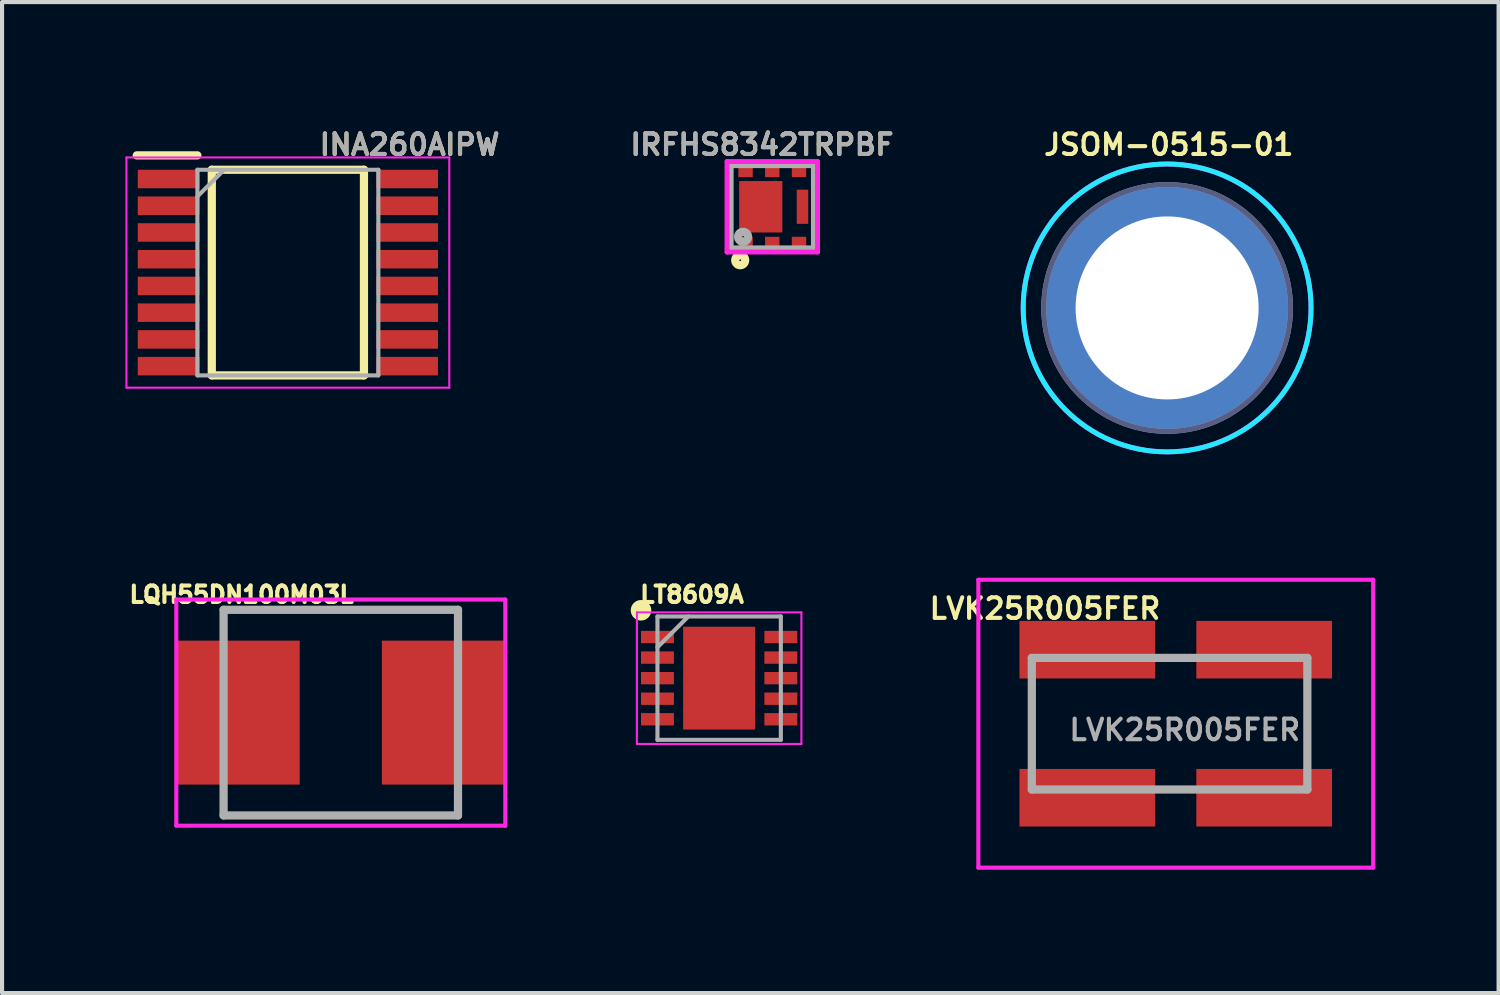
<source format=kicad_pcb>
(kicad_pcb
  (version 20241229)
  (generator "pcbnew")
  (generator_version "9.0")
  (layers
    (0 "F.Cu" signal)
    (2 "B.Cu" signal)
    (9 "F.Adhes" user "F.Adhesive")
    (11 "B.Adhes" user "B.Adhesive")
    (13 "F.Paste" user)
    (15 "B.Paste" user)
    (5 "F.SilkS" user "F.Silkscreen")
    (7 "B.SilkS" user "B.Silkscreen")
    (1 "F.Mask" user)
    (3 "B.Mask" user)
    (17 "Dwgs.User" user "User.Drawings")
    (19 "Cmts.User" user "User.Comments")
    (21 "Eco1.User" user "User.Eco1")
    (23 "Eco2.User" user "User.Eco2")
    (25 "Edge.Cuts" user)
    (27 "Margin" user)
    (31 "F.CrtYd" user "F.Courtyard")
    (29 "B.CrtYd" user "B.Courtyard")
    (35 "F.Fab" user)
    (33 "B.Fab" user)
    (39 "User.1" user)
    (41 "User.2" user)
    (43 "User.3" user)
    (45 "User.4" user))
  (footprint "LQH55DN100M03L"
    (layer "F.Cu")
    (at 5.237 14.278)
    (property "Reference" "LQH55DN100M03L" (at -2.413 -2.87 0) (layer "F.SilkS") (effects (font (size 0.4 0.4) (thickness 0.1))))
    (attr smd)
    (fp_line (start -2.85 -2.5) (end 2.85 -2.5) (stroke (width 0.1) (type solid)) (layer "F.SilkS"))
    (fp_line (start -2.85 2.5) (end 2.85 2.5) (stroke (width 0.1) (type solid)) (layer "F.SilkS"))
    (fp_line (start -4 -2.75) (end 4 -2.75) (stroke (width 0.1) (type solid)) (layer "F.CrtYd"))
    (fp_line (start -4 2.75) (end -4 -2.75) (stroke (width 0.1) (type solid)) (layer "F.CrtYd"))
    (fp_line (start 4 -2.75) (end 4 2.75) (stroke (width 0.1) (type solid)) (layer "F.CrtYd"))
    (fp_line (start 4 2.75) (end -4 2.75) (stroke (width 0.1) (type solid)) (layer "F.CrtYd"))
    (fp_line (start -2.85 -2.5) (end 2.85 -2.5) (stroke (width 0.2) (type solid)) (layer "F.Fab"))
    (fp_line (start -2.85 2.5) (end -2.85 -2.5) (stroke (width 0.2) (type solid)) (layer "F.Fab"))
    (fp_line (start 2.85 -2.5) (end 2.85 2.5) (stroke (width 0.2) (type solid)) (layer "F.Fab"))
    (fp_line (start 2.85 2.5) (end -2.85 2.5) (stroke (width 0.2) (type solid)) (layer "F.Fab"))
    (pad "1" smd rect (at -2.5 0) (size 3 3.5) (layers "F.Cu" "F.Mask" "F.Paste"))
    (pad "2" smd rect (at 2.5 0) (size 3 3.5) (layers "F.Cu" "F.Mask" "F.Paste")))
  (footprint "INA260AIPW"
    (layer "F.Cu")
    (at 3.95 3.578)
    (property "Reference" "INA260AIPW" (at 2.96 -3.11 0) (layer "F.SilkS") (effects (font (size 0.5 0.5) (thickness 0.1))))
    (attr smd)
    (fp_line (start -3.675 -2.85) (end -2.2 -2.85) (stroke (width 0.2) (type solid)) (layer "F.SilkS"))
    (fp_line (start -1.85 -2.5) (end 1.85 -2.5) (stroke (width 0.2) (type solid)) (layer "F.SilkS"))
    (fp_line (start -1.85 2.5) (end -1.85 -2.5) (stroke (width 0.2) (type solid)) (layer "F.SilkS"))
    (fp_line (start 1.85 -2.5) (end 1.85 2.5) (stroke (width 0.2) (type solid)) (layer "F.SilkS"))
    (fp_line (start 1.85 2.5) (end -1.85 2.5) (stroke (width 0.2) (type solid)) (layer "F.SilkS"))
    (fp_line (start -3.925 -2.8) (end 3.925 -2.8) (stroke (width 0.05) (type solid)) (layer "F.CrtYd"))
    (fp_line (start -3.925 2.8) (end -3.925 -2.8) (stroke (width 0.05) (type solid)) (layer "F.CrtYd"))
    (fp_line (start 3.925 -2.8) (end 3.925 2.8) (stroke (width 0.05) (type solid)) (layer "F.CrtYd"))
    (fp_line (start 3.925 2.8) (end -3.925 2.8) (stroke (width 0.05) (type solid)) (layer "F.CrtYd"))
    (fp_line (start -2.2 -2.5) (end 2.2 -2.5) (stroke (width 0.1) (type solid)) (layer "F.Fab"))
    (fp_line (start -2.2 -1.85) (end -1.55 -2.5) (stroke (width 0.1) (type solid)) (layer "F.Fab"))
    (fp_line (start -2.2 2.5) (end -2.2 -2.5) (stroke (width 0.1) (type solid)) (layer "F.Fab"))
    (fp_line (start 2.2 -2.5) (end 2.2 2.5) (stroke (width 0.1) (type solid)) (layer "F.Fab"))
    (fp_line (start 2.2 2.5) (end -2.2 2.5) (stroke (width 0.1) (type solid)) (layer "F.Fab"))
    (fp_text user "${REFERENCE}" (at 2.96 -3.11 0) (layer "F.Fab") (effects (font (size 0.5 0.5) (thickness 0.1))))
    (pad "1" smd rect (at -2.9 -2.275) (size 1.5 0.45) (layers "F.Cu" "F.Mask" "F.Paste"))
    (pad "2" smd rect (at -2.9 -1.625 90) (size 0.45 1.5) (layers "F.Cu" "F.Mask" "F.Paste"))
    (pad "3" smd rect (at -2.9 -0.975 90) (size 0.45 1.5) (layers "F.Cu" "F.Mask" "F.Paste"))
    (pad "4" smd rect (at -2.9 -0.325 90) (size 0.45 1.5) (layers "F.Cu" "F.Mask" "F.Paste"))
    (pad "5" smd rect (at -2.9 0.325 90) (size 0.45 1.5) (layers "F.Cu" "F.Mask" "F.Paste"))
    (pad "6" smd rect (at -2.9 0.975 90) (size 0.45 1.5) (layers "F.Cu" "F.Mask" "F.Paste"))
    (pad "7" smd rect (at -2.9 1.625 90) (size 0.45 1.5) (layers "F.Cu" "F.Mask" "F.Paste"))
    (pad "8" smd rect (at -2.9 2.275 90) (size 0.45 1.5) (layers "F.Cu" "F.Mask" "F.Paste"))
    (pad "9" smd rect (at 2.9 2.275 90) (size 0.45 1.5) (layers "F.Cu" "F.Mask" "F.Paste"))
    (pad "10" smd rect (at 2.9 1.625 90) (size 0.45 1.5) (layers "F.Cu" "F.Mask" "F.Paste"))
    (pad "11" smd rect (at 2.9 0.975 90) (size 0.45 1.5) (layers "F.Cu" "F.Mask" "F.Paste"))
    (pad "12" smd rect (at 2.9 0.325 90) (size 0.45 1.5) (layers "F.Cu" "F.Mask" "F.Paste"))
    (pad "13" smd rect (at 2.9 -0.325 90) (size 0.45 1.5) (layers "F.Cu" "F.Mask" "F.Paste"))
    (pad "14" smd rect (at 2.9 -0.975 90) (size 0.45 1.5) (layers "F.Cu" "F.Mask" "F.Paste"))
    (pad "15" smd rect (at 2.9 -1.625 90) (size 0.45 1.5) (layers "F.Cu" "F.Mask" "F.Paste"))
    (pad "16" smd rect (at 2.9 -2.275 90) (size 0.45 1.5) (layers "F.Cu" "F.Mask" "F.Paste")))
  (footprint "LVK25R005FER"
    (layer "F.Cu")
    (at 25.54 14.548)
    (property "Reference" "LVK25R005FER" (at -3.18 -2.8 0) (layer "F.SilkS") (effects (font (size 0.5 0.5) (thickness 0.1))))
    (attr smd)
    (fp_line (start -3.5 -0.8) (end -3.5 0.8) (stroke (width 0.1) (type solid)) (layer "F.SilkS"))
    (fp_line (start 3.2 -0.8) (end 3.2 0.8) (stroke (width 0.1) (type solid)) (layer "F.SilkS"))
    (fp_line (start -4.8 -3.5) (end 4.8 -3.5) (stroke (width 0.1) (type solid)) (layer "F.CrtYd"))
    (fp_line (start -4.8 3.5) (end -4.8 -3.5) (stroke (width 0.1) (type solid)) (layer "F.CrtYd"))
    (fp_line (start 4.8 -3.5) (end 4.8 3.5) (stroke (width 0.1) (type solid)) (layer "F.CrtYd"))
    (fp_line (start 4.8 3.5) (end -4.8 3.5) (stroke (width 0.1) (type solid)) (layer "F.CrtYd"))
    (fp_line (start -3.5 -1.6) (end 3.2 -1.6) (stroke (width 0.2) (type solid)) (layer "F.Fab"))
    (fp_line (start -3.5 1.6) (end -3.5 -1.6) (stroke (width 0.2) (type solid)) (layer "F.Fab"))
    (fp_line (start 3.2 -1.6) (end 3.2 1.6) (stroke (width 0.2) (type solid)) (layer "F.Fab"))
    (fp_line (start 3.2 1.6) (end -3.5 1.6) (stroke (width 0.2) (type solid)) (layer "F.Fab"))
    (fp_text user "${REFERENCE}" (at 0.22 0.15 0) (layer "F.Fab") (effects (font (size 0.5 0.5) (thickness 0.1))))
    (pad "I1" smd rect (at 2.15 1.8 90) (size 1.4 3.3) (layers "F.Cu" "F.Mask" "F.Paste"))
    (pad "I2" smd rect (at 2.15 -1.8 90) (size 1.4 3.3) (layers "F.Cu" "F.Mask" "F.Paste"))
    (pad "V1" smd rect (at -2.15 1.8 90) (size 1.4 3.3) (layers "F.Cu" "F.Mask" "F.Paste"))
    (pad "V2" smd rect (at -2.15 -1.8 90) (size 1.4 3.3) (layers "F.Cu" "F.Mask" "F.Paste")))
  (footprint "IRFHS8342TRPBF"
    (layer "F.Cu")
    (at 15.449 1.978)
    (property "Reference" "IRFHS8342TRPBF" (at 0.03 -1.51 0) (layer "F.SilkS") (effects (font (size 0.5 0.5) (thickness 0.1))))
    (attr smd)
    (fp_circle (center -0.5 1.3) (end -0.5 1.321) (stroke (width 0.2) (type solid)) (fill no) (layer "F.SilkS"))
    (fp_line (start -0.82 -1.1) (end 1.38 -1.1) (stroke (width 0.12) (type solid)) (layer "F.CrtYd"))
    (fp_line (start -0.82 1.1) (end -0.82 -1.1) (stroke (width 0.12) (type solid)) (layer "F.CrtYd"))
    (fp_line (start 1.38 -1.1) (end 1.38 1.1) (stroke (width 0.12) (type solid)) (layer "F.CrtYd"))
    (fp_line (start 1.38 1.1) (end -0.82 1.1) (stroke (width 0.12) (type solid)) (layer "F.CrtYd"))
    (fp_line (start -0.72 -1) (end 1.28 -1) (stroke (width 0.12) (type solid)) (layer "F.Fab"))
    (fp_line (start -0.72 1) (end -0.72 -1) (stroke (width 0.12) (type solid)) (layer "F.Fab"))
    (fp_line (start -0.72 1) (end 1.28 1) (stroke (width 0.12) (type solid)) (layer "F.Fab"))
    (fp_line (start 1.28 -1) (end 1.28 1) (stroke (width 0.12) (type solid)) (layer "F.Fab"))
    (fp_circle (center -0.43 0.73) (end -0.409 0.73) (stroke (width 0.2) (type solid)) (fill no) (layer "F.Fab"))
    (fp_text user "${REFERENCE}" (at 0.03 -1.51 0) (layer "F.Fab") (effects (font (size 0.5 0.5) (thickness 0.1))))
    (pad "" smd rect (at 0 -0.37) (size 1.03 0.49) (layers "F.Paste"))
    (pad "" smd rect (at 0 0.37) (size 1.03 0.49) (layers "F.Paste"))
    (pad "1" smd rect (at -0.37 0.88) (size 0.35 0.3) (layers "F.Cu" "F.Mask" "F.Paste"))
    (pad "2" smd rect (at 0.28 0.88) (size 0.35 0.3) (layers "F.Cu" "F.Mask" "F.Paste"))
    (pad "3" smd rect (at 0.93 0.88) (size 0.35 0.3) (layers "F.Cu" "F.Mask" "F.Paste"))
    (pad "4" smd rect (at 0.93 -0.87) (size 0.35 0.3) (layers "F.Cu" "F.Mask" "F.Paste"))
    (pad "5" smd rect (at 0.28 -0.87) (size 0.35 0.3) (layers "F.Cu" "F.Mask" "F.Paste"))
    (pad "6" smd rect (at -0.37 -0.87) (size 0.35 0.3) (layers "F.Cu" "F.Mask" "F.Paste"))
    (pad "7" smd rect (at 0 0) (size 1.05 1.25) (layers "F.Cu" "F.Mask"))
    (pad "8" smd rect (at 1.015 0) (size 0.28 0.83) (layers "F.Cu" "F.Mask" "F.Paste")))
  (footprint "JSOM-0515-01"
    (layer "F.Cu")
    (at 25.33 4.438)
    (property "Reference" "JSOM-0515-01" (at 0.04 -3.97 0) (layer "F.SilkS") (effects (font (size 0.5 0.5) (thickness 0.1))))
    (attr smd)
    (fp_circle (center 0 0) (end 3.5 0) (stroke (width 0.12) (type solid)) (fill no) (layer "B.CrtYd"))
    (fp_circle (center 0 0) (end 3.5 0) (stroke (width 0.12) (type solid)) (fill no) (layer "F.CrtYd"))
    (fp_circle (center 0 0) (end 3 0) (stroke (width 0.12) (type solid)) (fill no) (layer "B.Fab"))
    (fp_circle (center 0 0) (end 3 0) (stroke (width 0.12) (type solid)) (fill no) (layer "F.Fab"))
    (pad "1" thru_hole circle (at 0 0) (size 6 6) (drill 4.45) (layers "*.Cu" "*.Mask")))
  (footprint "LT8609A"
    (layer "F.Cu")
    (at 14.437 13.44)
    (property "Reference" "LT8609A" (at -0.66 -2.032 0) (layer "F.SilkS") (effects (font (size 0.4 0.4) (thickness 0.1))))
    (attr smd)
    (fp_circle (center -1.9 -1.65) (end -1.9 -1.525) (stroke (width 0.25) (type solid)) (fill no) (layer "F.SilkS"))
    (fp_line (start -2 -1.6) (end 2 -1.6) (stroke (width 0.05) (type solid)) (layer "F.CrtYd"))
    (fp_line (start -2 1.6) (end -2 -1.6) (stroke (width 0.05) (type solid)) (layer "F.CrtYd"))
    (fp_line (start 2 -1.6) (end 2 1.6) (stroke (width 0.05) (type solid)) (layer "F.CrtYd"))
    (fp_line (start 2 1.6) (end -2 1.6) (stroke (width 0.05) (type solid)) (layer "F.CrtYd"))
    (fp_line (start -1.5 -1.5) (end 1.5 -1.5) (stroke (width 0.1) (type solid)) (layer "F.Fab"))
    (fp_line (start -1.5 -0.75) (end -0.75 -1.5) (stroke (width 0.1) (type solid)) (layer "F.Fab"))
    (fp_line (start -1.5 1.5) (end -1.5 -1.5) (stroke (width 0.1) (type solid)) (layer "F.Fab"))
    (fp_line (start 1.5 -1.5) (end 1.5 1.5) (stroke (width 0.1) (type solid)) (layer "F.Fab"))
    (fp_line (start 1.5 1.5) (end -1.5 1.5) (stroke (width 0.1) (type solid)) (layer "F.Fab"))
    (pad "1" smd rect (at -1.5 -1 90) (size 0.3 0.8) (layers "F.Cu" "F.Mask" "F.Paste"))
    (pad "2" smd rect (at -1.5 -0.5 90) (size 0.3 0.8) (layers "F.Cu" "F.Mask" "F.Paste"))
    (pad "3" smd rect (at -1.5 0 90) (size 0.3 0.8) (layers "F.Cu" "F.Mask" "F.Paste"))
    (pad "4" smd rect (at -1.5 0.5 90) (size 0.3 0.8) (layers "F.Cu" "F.Mask" "F.Paste"))
    (pad "5" smd rect (at -1.5 1 90) (size 0.3 0.8) (layers "F.Cu" "F.Mask" "F.Paste"))
    (pad "6" smd rect (at 1.5 1 90) (size 0.3 0.8) (layers "F.Cu" "F.Mask" "F.Paste"))
    (pad "7" smd rect (at 1.5 0.5 90) (size 0.3 0.8) (layers "F.Cu" "F.Mask" "F.Paste"))
    (pad "8" smd rect (at 1.5 0 90) (size 0.3 0.8) (layers "F.Cu" "F.Mask" "F.Paste"))
    (pad "9" smd rect (at 1.5 -0.5 90) (size 0.3 0.8) (layers "F.Cu" "F.Mask" "F.Paste"))
    (pad "10" smd rect (at 1.5 -1 90) (size 0.3 0.8) (layers "F.Cu" "F.Mask" "F.Paste"))
    (pad "11" smd rect (at 0 0) (size 1.75 2.5) (layers "F.Cu" "F.Mask" "F.Paste")))
  (gr_rect
    (start -3 -3)
    (end 33.39 21.098)
    (stroke (width 0.1) (type default))
    (fill no)
    (layer "Edge.Cuts")))
</source>
